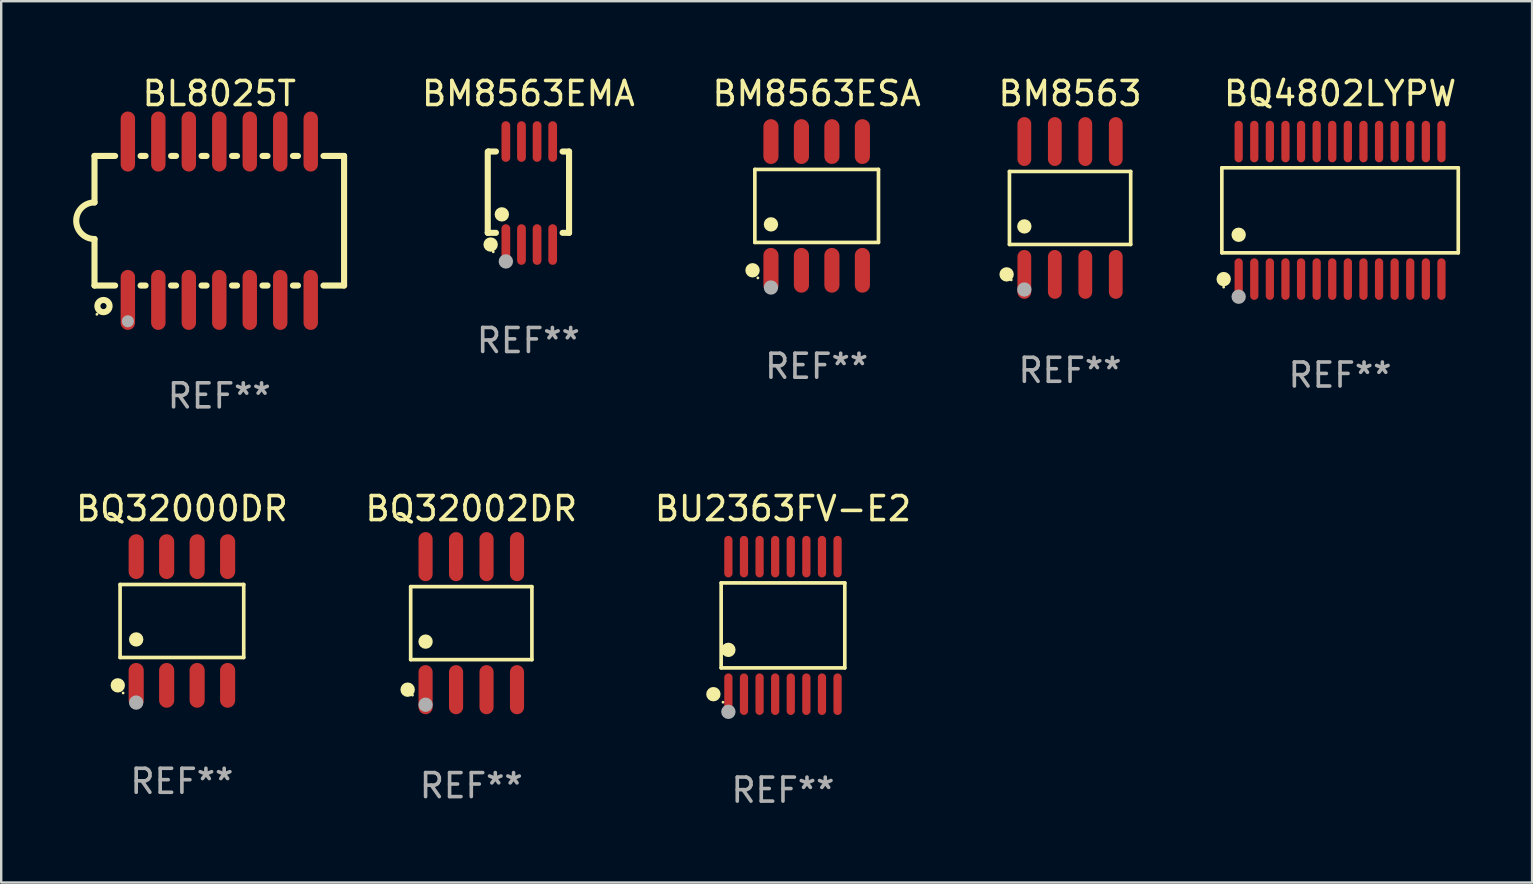
<source format=kicad_pcb>
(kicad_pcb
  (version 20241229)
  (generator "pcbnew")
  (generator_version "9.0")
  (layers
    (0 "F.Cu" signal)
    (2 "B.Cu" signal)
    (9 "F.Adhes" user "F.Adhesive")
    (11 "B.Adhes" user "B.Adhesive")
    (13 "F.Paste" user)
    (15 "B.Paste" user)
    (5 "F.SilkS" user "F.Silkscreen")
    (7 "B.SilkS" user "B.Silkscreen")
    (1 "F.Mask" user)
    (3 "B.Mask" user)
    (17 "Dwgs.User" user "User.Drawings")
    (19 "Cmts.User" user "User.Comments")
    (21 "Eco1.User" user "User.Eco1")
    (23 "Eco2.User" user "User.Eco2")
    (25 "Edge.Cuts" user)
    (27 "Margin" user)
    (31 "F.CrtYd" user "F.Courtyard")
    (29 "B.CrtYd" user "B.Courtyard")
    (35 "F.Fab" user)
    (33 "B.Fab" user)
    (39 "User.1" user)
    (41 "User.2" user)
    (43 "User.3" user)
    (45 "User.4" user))
  (footprint "BM8563EMA"
    (layer "F.Cu")
    (at 18.969 4.994)
    (property "Reference" "BM8563EMA" (at 0 -4.146 0) (layer "F.SilkS") (effects (font (size 1 1) (thickness 0.15))))
    (attr through_hole)
    (fp_line (start -1.694 -1.724) (end -1.694 1.652) (stroke (width 0.254) (type solid)) (layer "F.SilkS"))
    (fp_line (start -1.694 1.652) (end -1.688 1.658) (stroke (width 0.254) (type solid)) (layer "F.SilkS"))
    (fp_line (start -1.688 1.658) (end -1.353 1.658) (stroke (width 0.254) (type solid)) (layer "F.SilkS"))
    (fp_line (start -1.661 -1.73) (end -1.681 -1.71) (stroke (width 0.254) (type solid)) (layer "F.SilkS"))
    (fp_line (start -1.353 -1.73) (end -1.661 -1.73) (stroke (width 0.254) (type solid)) (layer "F.SilkS"))
    (fp_line (start 1.424 1.658) (end 1.694 1.658) (stroke (width 0.254) (type solid)) (layer "F.SilkS"))
    (fp_line (start 1.694 -1.73) (end 1.424 -1.73) (stroke (width 0.254) (type solid)) (layer "F.SilkS"))
    (fp_line (start 1.694 1.658) (end 1.694 -1.73) (stroke (width 0.254) (type solid)) (layer "F.SilkS"))
    (fp_circle (center -1.574 2.146) (end -1.424 2.146) (stroke (width 0.3) (type solid)) (fill no) (layer "F.SilkS"))
    (fp_circle (center -1.464 2.45) (end -1.434 2.45) (stroke (width 0.06) (type solid)) (fill no) (layer "F.SilkS"))
    (fp_circle (center -1.107 0.889) (end -0.957 0.889) (stroke (width 0.3) (type solid)) (fill no) (layer "F.SilkS"))
    (fp_circle (center -0.94 2.85) (end -0.789 2.85) (stroke (width 0.3) (type solid)) (fill no) (layer "F.Fab"))
    (fp_text user "REF**" (at 0 6.146 0) (layer "F.Fab") (effects (font (size 1 1) (thickness 0.15))))
    (pad "1" smd oval (at -0.94 2.146) (size 0.364 1.692) (layers "F.Cu" "F.Mask" "F.Paste"))
    (pad "2" smd oval (at -0.289 2.146) (size 0.364 1.692) (layers "F.Cu" "F.Mask" "F.Paste"))
    (pad "3" smd oval (at 0.361 2.146) (size 0.364 1.692) (layers "F.Cu" "F.Mask" "F.Paste"))
    (pad "4" smd oval (at 1.011 2.146) (size 0.364 1.692) (layers "F.Cu" "F.Mask" "F.Paste"))
    (pad "5" smd oval (at 1.011 -2.146) (size 0.364 1.692) (layers "F.Cu" "F.Mask" "F.Paste"))
    (pad "6" smd oval (at 0.361 -2.146) (size 0.364 1.692) (layers "F.Cu" "F.Mask" "F.Paste"))
    (pad "7" smd oval (at -0.289 -2.146) (size 0.364 1.692) (layers "F.Cu" "F.Mask" "F.Paste"))
    (pad "8" smd oval (at -0.94 -2.146) (size 0.364 1.692) (layers "F.Cu" "F.Mask" "F.Paste")))
  (footprint "BQ32002DR"
    (layer "F.Cu")
    (at 16.589 22.917)
    (property "Reference" "BQ32002DR" (at 0 -4.772 0) (layer "F.SilkS") (effects (font (size 1 1) (thickness 0.15))))
    (attr through_hole)
    (fp_line (start -2.526 -1.521) (end 2.526 -1.521) (stroke (width 0.152) (type solid)) (layer "F.SilkS"))
    (fp_line (start -2.526 1.521) (end -2.526 -1.521) (stroke (width 0.152) (type solid)) (layer "F.SilkS"))
    (fp_line (start 2.526 -1.521) (end 2.526 1.521) (stroke (width 0.152) (type solid)) (layer "F.SilkS"))
    (fp_line (start 2.526 1.521) (end -2.526 1.521) (stroke (width 0.152) (type solid)) (layer "F.SilkS"))
    (fp_circle (center -2.652 2.772) (end -2.501 2.772) (stroke (width 0.3) (type solid)) (fill no) (layer "F.SilkS"))
    (fp_circle (center -2.45 3) (end -2.42 3) (stroke (width 0.06) (type solid)) (fill no) (layer "F.SilkS"))
    (fp_circle (center -1.905 0.769) (end -1.755 0.769) (stroke (width 0.3) (type solid)) (fill no) (layer "F.SilkS"))
    (fp_circle (center -1.905 3.4) (end -1.755 3.4) (stroke (width 0.3) (type solid)) (fill no) (layer "F.Fab"))
    (fp_text user "REF**" (at 0 6.772 0) (layer "F.Fab") (effects (font (size 1 1) (thickness 0.15))))
    (pad "1" smd oval (at -1.905 2.772) (size 0.588 2.045) (layers "F.Cu" "F.Mask" "F.Paste"))
    (pad "2" smd oval (at -0.635 2.772) (size 0.588 2.045) (layers "F.Cu" "F.Mask" "F.Paste"))
    (pad "3" smd oval (at 0.635 2.772) (size 0.588 2.045) (layers "F.Cu" "F.Mask" "F.Paste"))
    (pad "4" smd oval (at 1.905 2.772) (size 0.588 2.045) (layers "F.Cu" "F.Mask" "F.Paste"))
    (pad "5" smd oval (at 1.905 -2.772) (size 0.588 2.045) (layers "F.Cu" "F.Mask" "F.Paste"))
    (pad "6" smd oval (at 0.635 -2.772) (size 0.588 2.045) (layers "F.Cu" "F.Mask" "F.Paste"))
    (pad "7" smd oval (at -0.635 -2.772) (size 0.588 2.045) (layers "F.Cu" "F.Mask" "F.Paste"))
    (pad "8" smd oval (at -1.905 -2.772) (size 0.588 2.045) (layers "F.Cu" "F.Mask" "F.Paste")))
  (footprint "BQ32000DR"
    (layer "F.Cu")
    (at 4.53 22.827)
    (property "Reference" "BQ32000DR" (at 0 -4.682 0) (layer "F.SilkS") (effects (font (size 1 1) (thickness 0.15))))
    (attr through_hole)
    (fp_line (start -2.576 -1.521) (end 2.576 -1.521) (stroke (width 0.152) (type solid)) (layer "F.SilkS"))
    (fp_line (start -2.576 1.521) (end -2.576 -1.521) (stroke (width 0.152) (type solid)) (layer "F.SilkS"))
    (fp_line (start 2.576 -1.521) (end 2.576 1.521) (stroke (width 0.152) (type solid)) (layer "F.SilkS"))
    (fp_line (start 2.576 1.521) (end -2.576 1.521) (stroke (width 0.152) (type solid)) (layer "F.SilkS"))
    (fp_circle (center -2.672 2.682) (end -2.522 2.682) (stroke (width 0.3) (type solid)) (fill no) (layer "F.SilkS"))
    (fp_circle (center -2.45 3) (end -2.42 3) (stroke (width 0.06) (type solid)) (fill no) (layer "F.SilkS"))
    (fp_circle (center -1.905 0.769) (end -1.755 0.769) (stroke (width 0.3) (type solid)) (fill no) (layer "F.SilkS"))
    (fp_circle (center -1.905 3.4) (end -1.755 3.4) (stroke (width 0.3) (type solid)) (fill no) (layer "F.Fab"))
    (fp_text user "REF**" (at 0 6.682 0) (layer "F.Fab") (effects (font (size 1 1) (thickness 0.15))))
    (pad "1" smd oval (at -1.905 2.682) (size 0.63 1.865) (layers "F.Cu" "F.Mask" "F.Paste"))
    (pad "2" smd oval (at -0.635 2.682) (size 0.63 1.865) (layers "F.Cu" "F.Mask" "F.Paste"))
    (pad "3" smd oval (at 0.635 2.682) (size 0.63 1.865) (layers "F.Cu" "F.Mask" "F.Paste"))
    (pad "4" smd oval (at 1.905 2.682) (size 0.63 1.865) (layers "F.Cu" "F.Mask" "F.Paste"))
    (pad "5" smd oval (at 1.905 -2.682) (size 0.63 1.865) (layers "F.Cu" "F.Mask" "F.Paste"))
    (pad "6" smd oval (at 0.635 -2.682) (size 0.63 1.865) (layers "F.Cu" "F.Mask" "F.Paste"))
    (pad "7" smd oval (at -0.635 -2.682) (size 0.63 1.865) (layers "F.Cu" "F.Mask" "F.Paste"))
    (pad "8" smd oval (at -1.905 -2.682) (size 0.63 1.865) (layers "F.Cu" "F.Mask" "F.Paste")))
  (footprint "BM8563ESA"
    (layer "F.Cu")
    (at 30.981 5.531)
    (property "Reference" "BM8563ESA" (at 0 -4.682 0) (layer "F.SilkS") (effects (font (size 1 1) (thickness 0.15))))
    (attr through_hole)
    (fp_line (start -2.576 -1.521) (end 2.576 -1.521) (stroke (width 0.152) (type solid)) (layer "F.SilkS"))
    (fp_line (start -2.576 1.521) (end -2.576 -1.521) (stroke (width 0.152) (type solid)) (layer "F.SilkS"))
    (fp_line (start 2.576 -1.521) (end 2.576 1.521) (stroke (width 0.152) (type solid)) (layer "F.SilkS"))
    (fp_line (start 2.576 1.521) (end -2.576 1.521) (stroke (width 0.152) (type solid)) (layer "F.SilkS"))
    (fp_circle (center -2.672 2.682) (end -2.522 2.682) (stroke (width 0.3) (type solid)) (fill no) (layer "F.SilkS"))
    (fp_circle (center -2.45 3) (end -2.42 3) (stroke (width 0.06) (type solid)) (fill no) (layer "F.SilkS"))
    (fp_circle (center -1.905 0.769) (end -1.755 0.769) (stroke (width 0.3) (type solid)) (fill no) (layer "F.SilkS"))
    (fp_circle (center -1.905 3.4) (end -1.755 3.4) (stroke (width 0.3) (type solid)) (fill no) (layer "F.Fab"))
    (fp_text user "REF**" (at 0 6.682 0) (layer "F.Fab") (effects (font (size 1 1) (thickness 0.15))))
    (pad "1" smd oval (at -1.905 2.682) (size 0.63 1.865) (layers "F.Cu" "F.Mask" "F.Paste"))
    (pad "2" smd oval (at -0.635 2.682) (size 0.63 1.865) (layers "F.Cu" "F.Mask" "F.Paste"))
    (pad "3" smd oval (at 0.635 2.682) (size 0.63 1.865) (layers "F.Cu" "F.Mask" "F.Paste"))
    (pad "4" smd oval (at 1.905 2.682) (size 0.63 1.865) (layers "F.Cu" "F.Mask" "F.Paste"))
    (pad "5" smd oval (at 1.905 -2.682) (size 0.63 1.865) (layers "F.Cu" "F.Mask" "F.Paste"))
    (pad "6" smd oval (at 0.635 -2.682) (size 0.63 1.865) (layers "F.Cu" "F.Mask" "F.Paste"))
    (pad "7" smd oval (at -0.635 -2.682) (size 0.63 1.865) (layers "F.Cu" "F.Mask" "F.Paste"))
    (pad "8" smd oval (at -1.905 -2.682) (size 0.63 1.865) (layers "F.Cu" "F.Mask" "F.Paste")))
  (footprint "BU2363FV-E2"
    (layer "F.Cu")
    (at 29.577 23.011)
    (property "Reference" "BU2363FV-E2" (at 0 -4.866 0) (layer "F.SilkS") (effects (font (size 1 1) (thickness 0.15))))
    (attr through_hole)
    (fp_line (start -2.576 -1.772) (end 2.576 -1.772) (stroke (width 0.152) (type solid)) (layer "F.SilkS"))
    (fp_line (start -2.576 1.771) (end -2.576 -1.772) (stroke (width 0.152) (type solid)) (layer "F.SilkS"))
    (fp_line (start 2.576 -1.772) (end 2.576 1.771) (stroke (width 0.152) (type solid)) (layer "F.SilkS"))
    (fp_line (start 2.576 1.771) (end -2.576 1.771) (stroke (width 0.152) (type solid)) (layer "F.SilkS"))
    (fp_circle (center -2.899 2.866) (end -2.749 2.866) (stroke (width 0.3) (type solid)) (fill no) (layer "F.SilkS"))
    (fp_circle (center -2.5 3.2) (end -2.47 3.2) (stroke (width 0.06) (type solid)) (fill no) (layer "F.SilkS"))
    (fp_circle (center -2.275 1.019) (end -2.125 1.019) (stroke (width 0.3) (type solid)) (fill no) (layer "F.SilkS"))
    (fp_circle (center -2.275 3.6) (end -2.125 3.6) (stroke (width 0.3) (type solid)) (fill no) (layer "F.Fab"))
    (fp_text user "REF**" (at 0 6.866 0) (layer "F.Fab") (effects (font (size 1 1) (thickness 0.15))))
    (pad "1" smd oval (at -2.275 2.866) (size 0.343 1.731) (layers "F.Cu" "F.Mask" "F.Paste"))
    (pad "2" smd oval (at -1.625 2.866) (size 0.343 1.731) (layers "F.Cu" "F.Mask" "F.Paste"))
    (pad "3" smd oval (at -0.975 2.866) (size 0.343 1.731) (layers "F.Cu" "F.Mask" "F.Paste"))
    (pad "4" smd oval (at -0.325 2.866) (size 0.343 1.731) (layers "F.Cu" "F.Mask" "F.Paste"))
    (pad "5" smd oval (at 0.325 2.866) (size 0.343 1.731) (layers "F.Cu" "F.Mask" "F.Paste"))
    (pad "6" smd oval (at 0.975 2.866) (size 0.343 1.731) (layers "F.Cu" "F.Mask" "F.Paste"))
    (pad "7" smd oval (at 1.625 2.866) (size 0.343 1.731) (layers "F.Cu" "F.Mask" "F.Paste"))
    (pad "8" smd oval (at 2.275 2.866) (size 0.343 1.731) (layers "F.Cu" "F.Mask" "F.Paste"))
    (pad "9" smd oval (at 2.275 -2.866) (size 0.343 1.731) (layers "F.Cu" "F.Mask" "F.Paste"))
    (pad "10" smd oval (at 1.625 -2.866) (size 0.343 1.731) (layers "F.Cu" "F.Mask" "F.Paste"))
    (pad "11" smd oval (at 0.975 -2.866) (size 0.343 1.731) (layers "F.Cu" "F.Mask" "F.Paste"))
    (pad "12" smd oval (at 0.325 -2.866) (size 0.343 1.731) (layers "F.Cu" "F.Mask" "F.Paste"))
    (pad "13" smd oval (at -0.325 -2.866) (size 0.343 1.731) (layers "F.Cu" "F.Mask" "F.Paste"))
    (pad "14" smd oval (at -0.975 -2.866) (size 0.343 1.731) (layers "F.Cu" "F.Mask" "F.Paste"))
    (pad "15" smd oval (at -1.625 -2.866) (size 0.343 1.731) (layers "F.Cu" "F.Mask" "F.Paste"))
    (pad "16" smd oval (at -2.275 -2.866) (size 0.343 1.731) (layers "F.Cu" "F.Mask" "F.Paste")))
  (footprint "BL8025T"
    (layer "F.Cu")
    (at 6.088 6.148)
    (property "Reference" "BL8025T" (at 0 -5.3 0) (layer "F.SilkS") (effects (font (size 1 1) (thickness 0.15))))
    (attr through_hole)
    (fp_line (start -5.2 -2.7) (end -5.2 -0.762) (stroke (width 0.254) (type solid)) (layer "F.SilkS"))
    (fp_line (start -5.2 -2.7) (end -4.341 -2.7) (stroke (width 0.254) (type solid)) (layer "F.SilkS"))
    (fp_line (start -5.2 2.7) (end -5.2 0.762) (stroke (width 0.254) (type solid)) (layer "F.SilkS"))
    (fp_line (start -4.341 2.7) (end -5.2 2.7) (stroke (width 0.254) (type solid)) (layer "F.SilkS"))
    (fp_line (start -3.279 -2.7) (end -3.071 -2.7) (stroke (width 0.254) (type solid)) (layer "F.SilkS"))
    (fp_line (start -3.071 2.7) (end -3.279 2.7) (stroke (width 0.254) (type solid)) (layer "F.SilkS"))
    (fp_line (start -2.009 -2.7) (end -1.801 -2.7) (stroke (width 0.254) (type solid)) (layer "F.SilkS"))
    (fp_line (start -1.801 2.7) (end -2.009 2.7) (stroke (width 0.254) (type solid)) (layer "F.SilkS"))
    (fp_line (start -0.739 -2.7) (end -0.531 -2.7) (stroke (width 0.254) (type solid)) (layer "F.SilkS"))
    (fp_line (start -0.531 2.7) (end -0.739 2.7) (stroke (width 0.254) (type solid)) (layer "F.SilkS"))
    (fp_line (start 0.531 -2.7) (end 0.739 -2.7) (stroke (width 0.254) (type solid)) (layer "F.SilkS"))
    (fp_line (start 0.739 2.7) (end 0.531 2.7) (stroke (width 0.254) (type solid)) (layer "F.SilkS"))
    (fp_line (start 1.801 -2.7) (end 2.009 -2.7) (stroke (width 0.254) (type solid)) (layer "F.SilkS"))
    (fp_line (start 2.009 2.7) (end 1.801 2.7) (stroke (width 0.254) (type solid)) (layer "F.SilkS"))
    (fp_line (start 3.071 -2.7) (end 3.279 -2.7) (stroke (width 0.254) (type solid)) (layer "F.SilkS"))
    (fp_line (start 3.279 2.7) (end 3.071 2.7) (stroke (width 0.254) (type solid)) (layer "F.SilkS"))
    (fp_line (start 4.341 -2.7) (end 5.2 -2.7) (stroke (width 0.254) (type solid)) (layer "F.SilkS"))
    (fp_line (start 5.2 2.7) (end 4.341 2.7) (stroke (width 0.254) (type solid)) (layer "F.SilkS"))
    (fp_line (start 5.2 2.7) (end 5.2 -2.7) (stroke (width 0.254) (type solid)) (layer "F.SilkS"))
    (fp_arc (start -5.2 0.762002) (mid -5.961393 -0.000305) (end -5.199391 -0.762002) (stroke (width 0.254001) (type solid)) (layer "F.SilkS"))
    (fp_circle (center -5.1 3.9) (end -5.07 3.9) (stroke (width 0.06) (type solid)) (fill no) (layer "F.SilkS"))
    (fp_circle (center -4.826 3.556) (end -4.572 3.556) (stroke (width 0.254) (type solid)) (fill no) (layer "F.SilkS"))
    (fp_circle (center -3.81 4.191) (end -3.683 4.191) (stroke (width 0.254) (type solid)) (fill no) (layer "F.Fab"))
    (fp_text user "REF**" (at 0 7.3 0) (layer "F.Fab") (effects (font (size 1 1) (thickness 0.15))))
    (pad "1" smd oval (at -3.81 3.3) (size 0.6 2.5) (layers "F.Cu" "F.Mask" "F.Paste"))
    (pad "2" smd oval (at -2.54 3.3) (size 0.6 2.5) (layers "F.Cu" "F.Mask" "F.Paste"))
    (pad "3" smd oval (at -1.27 3.3) (size 0.6 2.5) (layers "F.Cu" "F.Mask" "F.Paste"))
    (pad "4" smd oval (at 0 3.3) (size 0.6 2.5) (layers "F.Cu" "F.Mask" "F.Paste"))
    (pad "5" smd oval (at 1.27 3.3) (size 0.6 2.5) (layers "F.Cu" "F.Mask" "F.Paste"))
    (pad "6" smd oval (at 2.54 3.3) (size 0.6 2.5) (layers "F.Cu" "F.Mask" "F.Paste"))
    (pad "7" smd oval (at 3.81 3.3) (size 0.6 2.5) (layers "F.Cu" "F.Mask" "F.Paste"))
    (pad "8" smd oval (at 3.81 -3.3) (size 0.6 2.5) (layers "F.Cu" "F.Mask" "F.Paste"))
    (pad "9" smd oval (at 2.54 -3.3) (size 0.6 2.5) (layers "F.Cu" "F.Mask" "F.Paste"))
    (pad "10" smd oval (at 1.27 -3.3) (size 0.6 2.5) (layers "F.Cu" "F.Mask" "F.Paste"))
    (pad "11" smd oval (at 0 -3.3) (size 0.6 2.5) (layers "F.Cu" "F.Mask" "F.Paste"))
    (pad "12" smd oval (at -1.27 -3.3) (size 0.6 2.5) (layers "F.Cu" "F.Mask" "F.Paste"))
    (pad "13" smd oval (at -2.54 -3.3) (size 0.6 2.5) (layers "F.Cu" "F.Mask" "F.Paste"))
    (pad "14" smd oval (at -3.81 -3.3) (size 0.6 2.5) (layers "F.Cu" "F.Mask" "F.Paste")))
  (footprint "BM8563"
    (layer "F.Cu")
    (at 41.54 5.616)
    (property "Reference" "BM8563" (at 0 -4.768 0) (layer "F.SilkS") (effects (font (size 1 1) (thickness 0.15))))
    (attr through_hole)
    (fp_line (start -2.526 -1.521) (end 2.526 -1.521) (stroke (width 0.152) (type solid)) (layer "F.SilkS"))
    (fp_line (start -2.526 1.521) (end -2.526 -1.521) (stroke (width 0.152) (type solid)) (layer "F.SilkS"))
    (fp_line (start 2.526 -1.521) (end 2.526 1.521) (stroke (width 0.152) (type solid)) (layer "F.SilkS"))
    (fp_line (start 2.526 1.521) (end -2.526 1.521) (stroke (width 0.152) (type solid)) (layer "F.SilkS"))
    (fp_circle (center -2.644 2.768) (end -2.494 2.768) (stroke (width 0.3) (type solid)) (fill no) (layer "F.SilkS"))
    (fp_circle (center -2.45 2.998) (end -2.42 2.998) (stroke (width 0.06) (type solid)) (fill no) (layer "F.SilkS"))
    (fp_circle (center -1.905 0.769) (end -1.755 0.769) (stroke (width 0.3) (type solid)) (fill no) (layer "F.SilkS"))
    (fp_circle (center -1.905 3.398) (end -1.755 3.398) (stroke (width 0.3) (type solid)) (fill no) (layer "F.Fab"))
    (fp_text user "REF**" (at 0 6.768 0) (layer "F.Fab") (effects (font (size 1 1) (thickness 0.15))))
    (pad "1" smd oval (at -1.905 2.768) (size 0.574 2.036) (layers "F.Cu" "F.Mask" "F.Paste"))
    (pad "2" smd oval (at -0.635 2.768) (size 0.574 2.036) (layers "F.Cu" "F.Mask" "F.Paste"))
    (pad "3" smd oval (at 0.635 2.768) (size 0.574 2.036) (layers "F.Cu" "F.Mask" "F.Paste"))
    (pad "4" smd oval (at 1.905 2.768) (size 0.574 2.036) (layers "F.Cu" "F.Mask" "F.Paste"))
    (pad "5" smd oval (at 1.905 -2.768) (size 0.574 2.036) (layers "F.Cu" "F.Mask" "F.Paste"))
    (pad "6" smd oval (at 0.635 -2.768) (size 0.574 2.036) (layers "F.Cu" "F.Mask" "F.Paste"))
    (pad "7" smd oval (at -0.635 -2.768) (size 0.574 2.036) (layers "F.Cu" "F.Mask" "F.Paste"))
    (pad "8" smd oval (at -1.905 -2.768) (size 0.574 2.036) (layers "F.Cu" "F.Mask" "F.Paste")))
  (footprint "BQ4802LYPW"
    (layer "F.Cu")
    (at 52.791 5.714)
    (property "Reference" "BQ4802LYPW" (at 0 -4.866 0) (layer "F.SilkS") (effects (font (size 1 1) (thickness 0.15))))
    (attr through_hole)
    (fp_line (start -4.926 -1.772) (end 4.926 -1.772) (stroke (width 0.152) (type solid)) (layer "F.SilkS"))
    (fp_line (start -4.926 1.771) (end -4.926 -1.772) (stroke (width 0.152) (type solid)) (layer "F.SilkS"))
    (fp_line (start 4.926 -1.772) (end 4.926 1.771) (stroke (width 0.152) (type solid)) (layer "F.SilkS"))
    (fp_line (start 4.926 1.771) (end -4.926 1.771) (stroke (width 0.152) (type solid)) (layer "F.SilkS"))
    (fp_circle (center -4.85 3.2) (end -4.82 3.2) (stroke (width 0.06) (type solid)) (fill no) (layer "F.SilkS"))
    (fp_circle (center -4.849 2.866) (end -4.699 2.866) (stroke (width 0.3) (type solid)) (fill no) (layer "F.SilkS"))
    (fp_circle (center -4.225 1.019) (end -4.075 1.019) (stroke (width 0.3) (type solid)) (fill no) (layer "F.SilkS"))
    (fp_circle (center -4.225 3.6) (end -4.075 3.6) (stroke (width 0.3) (type solid)) (fill no) (layer "F.Fab"))
    (fp_text user "REF**" (at 0 6.866 0) (layer "F.Fab") (effects (font (size 1 1) (thickness 0.15))))
    (pad "1" smd oval (at -4.225 2.866) (size 0.343 1.731) (layers "F.Cu" "F.Mask" "F.Paste"))
    (pad "2" smd oval (at -3.575 2.866) (size 0.343 1.731) (layers "F.Cu" "F.Mask" "F.Paste"))
    (pad "3" smd oval (at -2.925 2.866) (size 0.343 1.731) (layers "F.Cu" "F.Mask" "F.Paste"))
    (pad "4" smd oval (at -2.275 2.866) (size 0.343 1.731) (layers "F.Cu" "F.Mask" "F.Paste"))
    (pad "5" smd oval (at -1.625 2.866) (size 0.343 1.731) (layers "F.Cu" "F.Mask" "F.Paste"))
    (pad "6" smd oval (at -0.975 2.866) (size 0.343 1.731) (layers "F.Cu" "F.Mask" "F.Paste"))
    (pad "7" smd oval (at -0.325 2.866) (size 0.343 1.731) (layers "F.Cu" "F.Mask" "F.Paste"))
    (pad "8" smd oval (at 0.325 2.866) (size 0.343 1.731) (layers "F.Cu" "F.Mask" "F.Paste"))
    (pad "9" smd oval (at 0.975 2.866) (size 0.343 1.731) (layers "F.Cu" "F.Mask" "F.Paste"))
    (pad "10" smd oval (at 1.625 2.866) (size 0.343 1.731) (layers "F.Cu" "F.Mask" "F.Paste"))
    (pad "11" smd oval (at 2.275 2.866) (size 0.343 1.731) (layers "F.Cu" "F.Mask" "F.Paste"))
    (pad "12" smd oval (at 2.925 2.866) (size 0.343 1.731) (layers "F.Cu" "F.Mask" "F.Paste"))
    (pad "13" smd oval (at 3.575 2.866) (size 0.343 1.731) (layers "F.Cu" "F.Mask" "F.Paste"))
    (pad "14" smd oval (at 4.225 2.866) (size 0.343 1.731) (layers "F.Cu" "F.Mask" "F.Paste"))
    (pad "15" smd oval (at 4.225 -2.866) (size 0.343 1.731) (layers "F.Cu" "F.Mask" "F.Paste"))
    (pad "16" smd oval (at 3.575 -2.866) (size 0.343 1.731) (layers "F.Cu" "F.Mask" "F.Paste"))
    (pad "17" smd oval (at 2.925 -2.866) (size 0.343 1.731) (layers "F.Cu" "F.Mask" "F.Paste"))
    (pad "18" smd oval (at 2.275 -2.866) (size 0.343 1.731) (layers "F.Cu" "F.Mask" "F.Paste"))
    (pad "19" smd oval (at 1.625 -2.866) (size 0.343 1.731) (layers "F.Cu" "F.Mask" "F.Paste"))
    (pad "20" smd oval (at 0.975 -2.866) (size 0.343 1.731) (layers "F.Cu" "F.Mask" "F.Paste"))
    (pad "21" smd oval (at 0.325 -2.866) (size 0.343 1.731) (layers "F.Cu" "F.Mask" "F.Paste"))
    (pad "22" smd oval (at -0.325 -2.866) (size 0.343 1.731) (layers "F.Cu" "F.Mask" "F.Paste"))
    (pad "23" smd oval (at -0.975 -2.866) (size 0.343 1.731) (layers "F.Cu" "F.Mask" "F.Paste"))
    (pad "24" smd oval (at -1.625 -2.866) (size 0.343 1.731) (layers "F.Cu" "F.Mask" "F.Paste"))
    (pad "25" smd oval (at -2.275 -2.866) (size 0.343 1.731) (layers "F.Cu" "F.Mask" "F.Paste"))
    (pad "26" smd oval (at -2.925 -2.866) (size 0.343 1.731) (layers "F.Cu" "F.Mask" "F.Paste"))
    (pad "27" smd oval (at -3.575 -2.866) (size 0.343 1.731) (layers "F.Cu" "F.Mask" "F.Paste"))
    (pad "28" smd oval (at -4.225 -2.866) (size 0.343 1.731) (layers "F.Cu" "F.Mask" "F.Paste")))
  (gr_rect
    (start -3 -3)
    (end 60.793 33.725)
    (stroke (width 0.1) (type default))
    (fill no)
    (layer "Edge.Cuts")))
</source>
